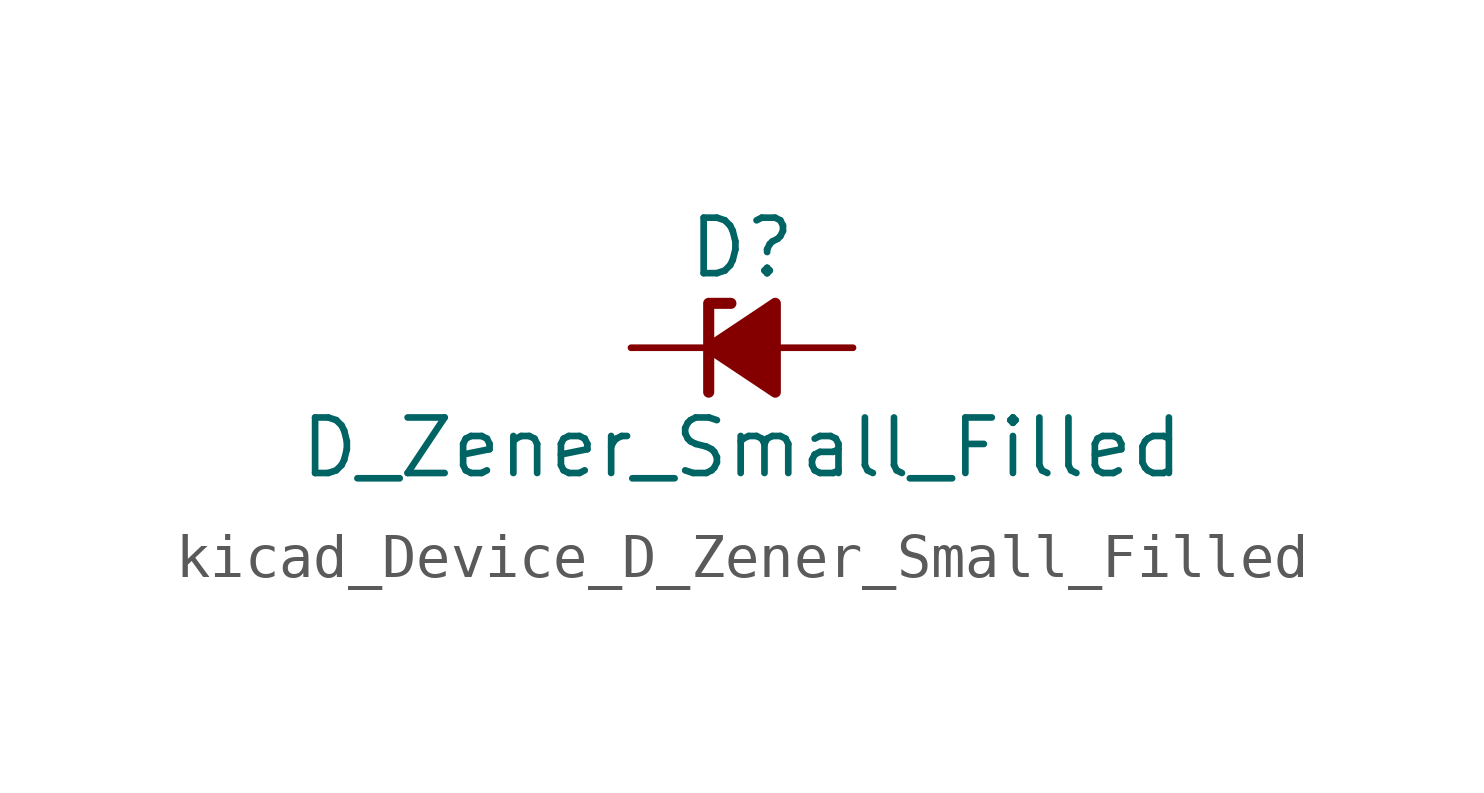
<source format=kicad_sym>
(kicad_symbol_lib
  (version 20220914)
  (generator kicad_symbol_editor)
  (symbol "kicad_Device_D_Zener_Small_Filled"
    (pin_numbers hide)
    (pin_names
      (offset 0.254) hide)
    (property "Reference" "D"
      (at 0 2.286 0)
      (effects (font (size 1.27 1.27))))
    (property "Value" "D_Zener_Small_Filled"
      (at 0 -2.286 0)
      (effects (font (size 1.27 1.27))))
    (symbol "kicad_Device_D_Zener_Small_Filled_0_1"
      (polyline (pts (xy 0.762 0) (xy -0.762 0)) (stroke (width 0) (type default)) (fill (type none)))
      (polyline (pts (xy -0.254 1.016) (xy -0.762 1.016) (xy -0.762 -1.016)) (stroke (width 0.254) (type default)) (fill (type none)))
      (polyline (pts (xy 0.762 1.016) (xy -0.762 0) (xy 0.762 -1.016) (xy 0.762 1.016)) (stroke (width 0.254) (type default)) (fill (type outline))))
    (symbol "kicad_Device_D_Zener_Small_Filled_1_1"
      (pin passive line (at -2.54 0 0) (length 1.778) (name "K" (effects (font (size 1.27 1.27)))) (number "1" (effects (font (size 1.27 1.27)))))
      (pin passive line (at 2.54 0 180) (length 1.778) (name "A" (effects (font (size 1.27 1.27)))) (number "2" (effects (font (size 1.27 1.27))))))))
</source>
